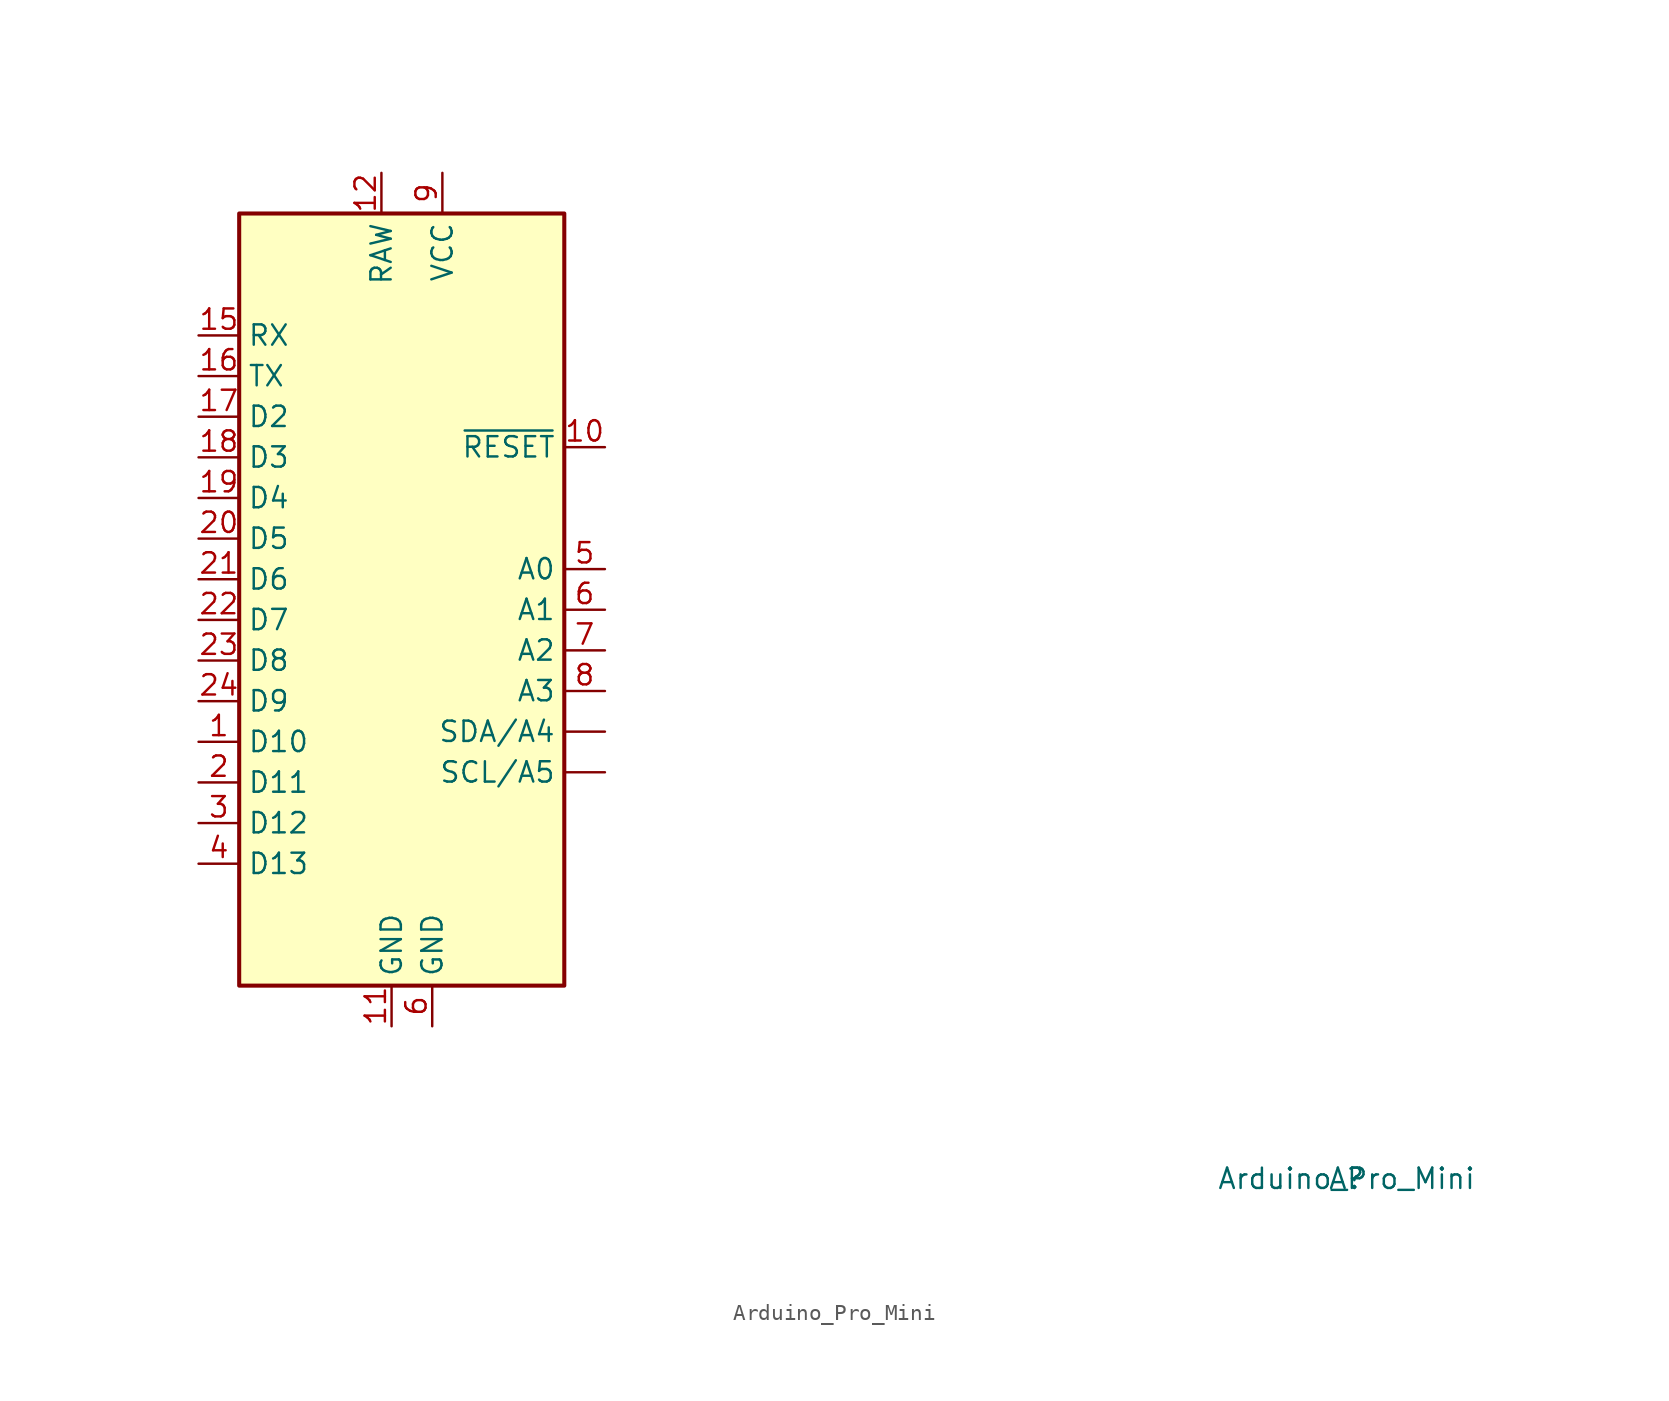
<source format=kicad_sym>
(kicad_symbol_lib
  (version 20211014)
  (generator kicad_symbol_editor)
  (symbol "Arduino_Pro_Mini"
    (property "Reference" "A"
      (at 57.785 -33.655 0)
      (effects (font (size 1.27 1.27))))
    (property "Value" "Arduino_Pro_Mini"
      (at 57.785 -33.655 0)
      (effects (font (size 1.27 1.27))))
    (symbol "Arduino_Pro_Mini_0_1"
      (rectangle (start -11.43 26.67) (end 8.89 -21.59) (stroke (width 0.254) (type default) (color 0 0 0 0)) (fill (type background))))
    (symbol "Arduino_Pro_Mini_1_1"
      (pin bidirectional line (at 11.43 -8.255 180) (length 2.54) (name "SCL/A5" (effects (font (size 1.27 1.27)))) (number "" (effects (font (size 1.27 1.27)))))
      (pin bidirectional line (at 11.43 -5.715 180) (length 2.54) (name "SDA/A4" (effects (font (size 1.27 1.27)))) (number "" (effects (font (size 1.27 1.27)))))
      (pin bidirectional line (at -13.97 -6.35 0) (length 2.54) (name "D10" (effects (font (size 1.27 1.27)))) (number "1" (effects (font (size 1.27 1.27)))))
      (pin no_connect line (at -11.43 -16.51 0) (length 2.54) hide (name "NC" (effects (font (size 1.27 1.27)))) (number "1" (effects (font (size 1.27 1.27)))))
      (pin input line (at 11.43 12.065 180) (length 2.54) (name "~{RESET}" (effects (font (size 1.27 1.27)))) (number "10" (effects (font (size 1.27 1.27)))))
      (pin power_in line (at -1.905 -24.13 90) (length 2.54) (name "GND" (effects (font (size 1.27 1.27)))) (number "11" (effects (font (size 1.27 1.27)))))
      (pin power_in line (at -2.54 29.21 270) (length 2.54) (name "RAW" (effects (font (size 1.27 1.27)))) (number "12" (effects (font (size 1.27 1.27)))))
      (pin bidirectional line (at -13.97 19.05 0) (length 2.54) (name "RX" (effects (font (size 1.27 1.27)))) (number "15" (effects (font (size 1.27 1.27)))))
      (pin bidirectional line (at -13.97 16.51 0) (length 2.54) (name "TX" (effects (font (size 1.27 1.27)))) (number "16" (effects (font (size 1.27 1.27)))))
      (pin bidirectional line (at -13.97 13.97 0) (length 2.54) (name "D2" (effects (font (size 1.27 1.27)))) (number "17" (effects (font (size 1.27 1.27)))))
      (pin bidirectional line (at -13.97 11.43 0) (length 2.54) (name "D3" (effects (font (size 1.27 1.27)))) (number "18" (effects (font (size 1.27 1.27)))))
      (pin bidirectional line (at -13.97 8.89 0) (length 2.54) (name "D4" (effects (font (size 1.27 1.27)))) (number "19" (effects (font (size 1.27 1.27)))))
      (pin bidirectional line (at -13.97 -8.89 0) (length 2.54) (name "D11" (effects (font (size 1.27 1.27)))) (number "2" (effects (font (size 1.27 1.27)))))
      (pin bidirectional line (at -13.97 6.35 0) (length 2.54) (name "D5" (effects (font (size 1.27 1.27)))) (number "20" (effects (font (size 1.27 1.27)))))
      (pin bidirectional line (at -13.97 3.81 0) (length 2.54) (name "D6" (effects (font (size 1.27 1.27)))) (number "21" (effects (font (size 1.27 1.27)))))
      (pin bidirectional line (at -13.97 1.27 0) (length 2.54) (name "D7" (effects (font (size 1.27 1.27)))) (number "22" (effects (font (size 1.27 1.27)))))
      (pin bidirectional line (at -13.97 -1.27 0) (length 2.54) (name "D8" (effects (font (size 1.27 1.27)))) (number "23" (effects (font (size 1.27 1.27)))))
      (pin bidirectional line (at -13.97 -3.81 0) (length 2.54) (name "D9" (effects (font (size 1.27 1.27)))) (number "24" (effects (font (size 1.27 1.27)))))
      (pin bidirectional line (at -13.97 -11.43 0) (length 2.54) (name "D12" (effects (font (size 1.27 1.27)))) (number "3" (effects (font (size 1.27 1.27)))))
      (pin bidirectional line (at -13.97 -13.97 0) (length 2.54) (name "D13" (effects (font (size 1.27 1.27)))) (number "4" (effects (font (size 1.27 1.27)))))
      (pin bidirectional line (at 11.43 4.445 180) (length 2.54) (name "A0" (effects (font (size 1.27 1.27)))) (number "5" (effects (font (size 1.27 1.27)))))
      (pin bidirectional line (at 11.43 1.905 180) (length 2.54) (name "A1" (effects (font (size 1.27 1.27)))) (number "6" (effects (font (size 1.27 1.27)))))
      (pin power_in line (at 0.635 -24.13 90) (length 2.54) (name "GND" (effects (font (size 1.27 1.27)))) (number "6" (effects (font (size 1.27 1.27)))))
      (pin bidirectional line (at 11.43 -0.635 180) (length 2.54) (name "A2" (effects (font (size 1.27 1.27)))) (number "7" (effects (font (size 1.27 1.27)))))
      (pin bidirectional line (at 11.43 -3.175 180) (length 2.54) (name "A3" (effects (font (size 1.27 1.27)))) (number "8" (effects (font (size 1.27 1.27)))))
      (pin power_out line (at 1.27 29.21 270) (length 2.54) (name "VCC" (effects (font (size 1.27 1.27)))) (number "9" (effects (font (size 1.27 1.27))))))))
</source>
